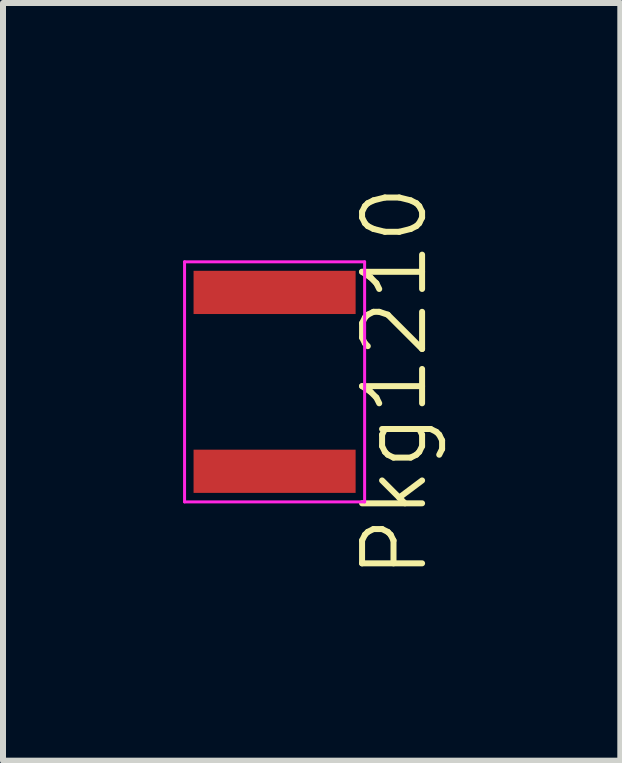
<source format=kicad_pcb>
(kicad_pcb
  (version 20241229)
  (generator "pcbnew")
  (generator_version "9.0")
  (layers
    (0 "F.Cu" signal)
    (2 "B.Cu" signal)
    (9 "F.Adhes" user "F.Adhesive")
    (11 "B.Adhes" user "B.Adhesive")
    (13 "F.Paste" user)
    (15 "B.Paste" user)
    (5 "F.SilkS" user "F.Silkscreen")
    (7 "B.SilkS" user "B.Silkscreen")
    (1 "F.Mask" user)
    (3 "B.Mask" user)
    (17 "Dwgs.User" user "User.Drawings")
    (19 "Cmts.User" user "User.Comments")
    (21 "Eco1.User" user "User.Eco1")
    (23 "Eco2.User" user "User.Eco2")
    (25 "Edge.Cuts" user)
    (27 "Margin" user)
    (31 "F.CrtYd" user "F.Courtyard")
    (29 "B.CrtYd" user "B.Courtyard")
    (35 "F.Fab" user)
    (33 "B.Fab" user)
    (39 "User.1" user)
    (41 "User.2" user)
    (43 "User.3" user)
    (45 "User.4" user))
  (footprint "Pkg1210"
    (layer "F.Cu")
    (at 1.525 3.312)
    (property "Reference" "Pkg1210" (at 2 0 90) (layer "F.SilkS") (effects (font (size 1 1) (thickness 0.1))))
    (fp_line (start -1.5 -2) (end -1.5 2) (stroke (width 0.05) (type solid)) (layer "F.CrtYd"))
    (fp_line (start -1.5 2) (end 1.5 2) (stroke (width 0.05) (type solid)) (layer "F.CrtYd"))
    (fp_line (start 1.5 -2) (end -1.5 -2) (stroke (width 0.05) (type solid)) (layer "F.CrtYd"))
    (fp_line (start 1.5 2) (end 1.5 -2) (stroke (width 0.05) (type solid)) (layer "F.CrtYd"))
    (pad "1" smd rect (at 0 -1.49) (size 2.7 0.72) (layers "F.Cu" "F.Mask" "F.Paste"))
    (pad "2" smd rect (at 0 1.49) (size 2.7 0.72) (layers "F.Cu" "F.Mask" "F.Paste")))
  (gr_rect
    (start -3 -3)
    (end 7.285 9.624)
    (stroke (width 0.1) (type default))
    (fill no)
    (layer "Edge.Cuts")))
</source>
